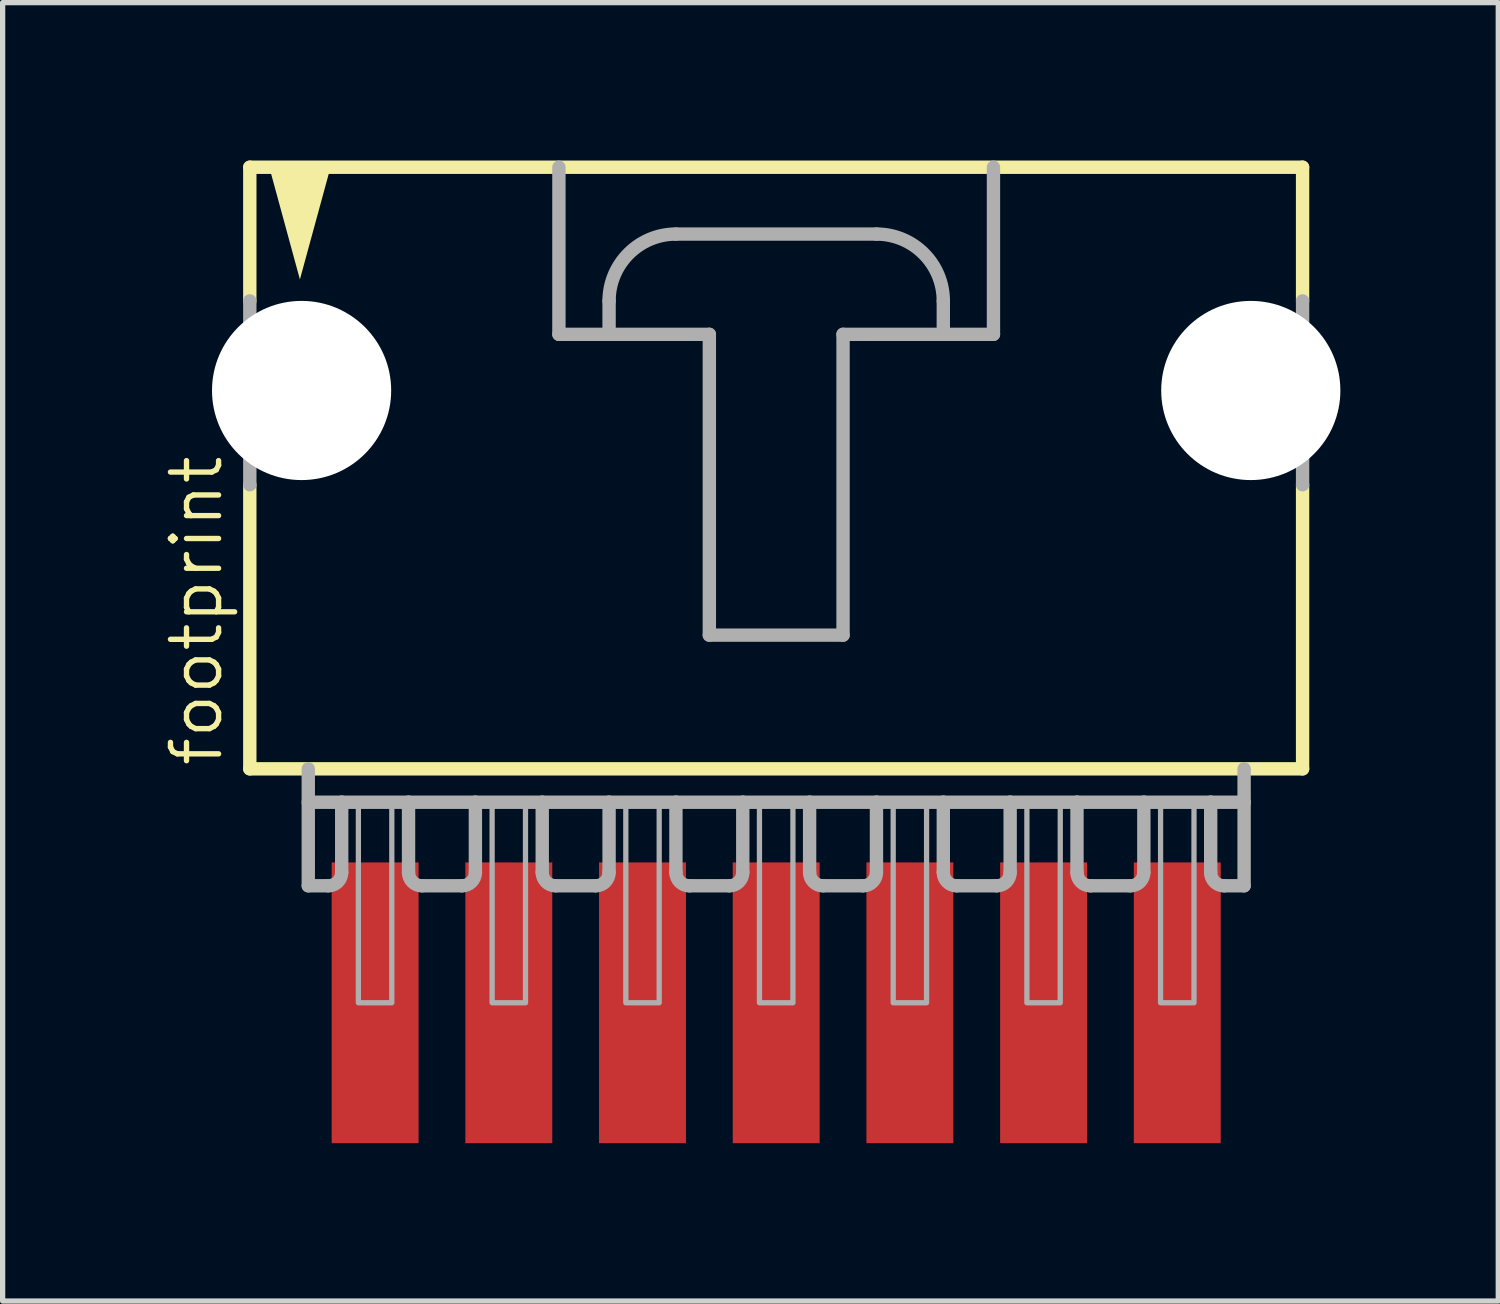
<source format=kicad_pcb>
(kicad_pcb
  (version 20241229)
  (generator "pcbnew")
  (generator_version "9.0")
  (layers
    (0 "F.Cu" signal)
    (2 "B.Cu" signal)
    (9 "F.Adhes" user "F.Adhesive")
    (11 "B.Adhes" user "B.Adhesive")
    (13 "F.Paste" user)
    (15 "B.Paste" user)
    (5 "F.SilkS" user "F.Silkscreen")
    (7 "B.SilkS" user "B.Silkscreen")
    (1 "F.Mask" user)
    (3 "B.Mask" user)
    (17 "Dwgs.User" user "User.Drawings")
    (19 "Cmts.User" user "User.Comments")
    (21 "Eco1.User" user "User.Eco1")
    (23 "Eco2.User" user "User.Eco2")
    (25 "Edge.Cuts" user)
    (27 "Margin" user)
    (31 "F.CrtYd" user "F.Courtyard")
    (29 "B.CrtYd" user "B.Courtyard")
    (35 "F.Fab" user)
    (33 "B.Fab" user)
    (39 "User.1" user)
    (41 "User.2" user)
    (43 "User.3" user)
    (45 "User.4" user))
  (footprint "footprint"
    (layer "F.Cu")
    (at 11.697 5.207)
    (property "Reference" "footprint" (at -10.477 6.35 90) (layer "F.SilkS") (effects (font (size 0.914 0.914) (thickness 0.102)) (justify left bottom)))
    (fp_line (start -10.001 -5.08) (end -10.001 -2.54) (stroke (width 0.254) (type solid)) (layer "F.SilkS"))
    (fp_line (start -10.001 0.953) (end -10.001 6.35) (stroke (width 0.254) (type solid)) (layer "F.SilkS"))
    (fp_line (start -10.001 6.35) (end 10.001 6.35) (stroke (width 0.254) (type solid)) (layer "F.SilkS"))
    (fp_line (start 10.001 -5.08) (end -10.001 -5.08) (stroke (width 0.254) (type solid)) (layer "F.SilkS"))
    (fp_line (start 10.001 -2.54) (end 10.001 -5.08) (stroke (width 0.254) (type solid)) (layer "F.SilkS"))
    (fp_line (start 10.001 6.35) (end 10.001 0.953) (stroke (width 0.254) (type solid)) (layer "F.SilkS"))
    (fp_poly (pts (xy -9.049 -2.948) (xy -9.658 -5.182) (xy -8.439 -5.182)) (stroke (width 0) (type solid)) (fill yes) (layer "F.SilkS"))
    (fp_line (start -10.001 -2.54) (end -10.001 0.953) (stroke (width 0.254) (type solid)) (layer "F.Fab"))
    (fp_line (start -8.89 6.35) (end -8.89 8.572) (stroke (width 0.254) (type solid)) (layer "F.Fab"))
    (fp_line (start -8.89 6.985) (end -8.255 6.985) (stroke (width 0.254) (type solid)) (layer "F.Fab"))
    (fp_line (start -8.509 8.572) (end -8.89 8.572) (stroke (width 0.254) (type solid)) (layer "F.Fab"))
    (fp_line (start -8.255 6.985) (end -8.255 8.319) (stroke (width 0.254) (type solid)) (layer "F.Fab"))
    (fp_line (start -8.255 6.985) (end -6.985 6.985) (stroke (width 0.254) (type solid)) (layer "F.Fab"))
    (fp_line (start -6.985 6.985) (end -6.985 8.319) (stroke (width 0.254) (type solid)) (layer "F.Fab"))
    (fp_line (start -6.985 6.985) (end -5.715 6.985) (stroke (width 0.254) (type solid)) (layer "F.Fab"))
    (fp_line (start -5.969 8.572) (end -6.731 8.572) (stroke (width 0.254) (type solid)) (layer "F.Fab"))
    (fp_line (start -5.715 6.985) (end -5.715 8.319) (stroke (width 0.254) (type solid)) (layer "F.Fab"))
    (fp_line (start -5.715 6.985) (end -4.445 6.985) (stroke (width 0.254) (type solid)) (layer "F.Fab"))
    (fp_line (start -4.445 6.985) (end -4.445 8.319) (stroke (width 0.254) (type solid)) (layer "F.Fab"))
    (fp_line (start -4.445 6.985) (end -3.175 6.985) (stroke (width 0.254) (type solid)) (layer "F.Fab"))
    (fp_line (start -4.128 -5.08) (end -4.128 -1.905) (stroke (width 0.254) (type solid)) (layer "F.Fab"))
    (fp_line (start -4.128 -1.905) (end -3.175 -1.905) (stroke (width 0.254) (type solid)) (layer "F.Fab"))
    (fp_line (start -3.429 8.572) (end -4.191 8.572) (stroke (width 0.254) (type solid)) (layer "F.Fab"))
    (fp_line (start -3.175 -1.905) (end -3.175 -2.54) (stroke (width 0.254) (type solid)) (layer "F.Fab"))
    (fp_line (start -3.175 -1.905) (end -1.27 -1.905) (stroke (width 0.254) (type solid)) (layer "F.Fab"))
    (fp_line (start -3.175 6.985) (end -3.175 8.319) (stroke (width 0.254) (type solid)) (layer "F.Fab"))
    (fp_line (start -3.175 6.985) (end -1.905 6.985) (stroke (width 0.254) (type solid)) (layer "F.Fab"))
    (fp_line (start -1.905 -3.81) (end 1.905 -3.81) (stroke (width 0.254) (type solid)) (layer "F.Fab"))
    (fp_line (start -1.905 6.985) (end -1.905 8.319) (stroke (width 0.254) (type solid)) (layer "F.Fab"))
    (fp_line (start -1.905 6.985) (end -0.635 6.985) (stroke (width 0.254) (type solid)) (layer "F.Fab"))
    (fp_line (start -1.27 -1.905) (end -1.27 3.81) (stroke (width 0.254) (type solid)) (layer "F.Fab"))
    (fp_line (start -1.27 3.81) (end 1.27 3.81) (stroke (width 0.254) (type solid)) (layer "F.Fab"))
    (fp_line (start -0.889 8.572) (end -1.651 8.572) (stroke (width 0.254) (type solid)) (layer "F.Fab"))
    (fp_line (start -0.635 6.985) (end -0.635 8.319) (stroke (width 0.254) (type solid)) (layer "F.Fab"))
    (fp_line (start -0.635 6.985) (end 0.635 6.985) (stroke (width 0.254) (type solid)) (layer "F.Fab"))
    (fp_line (start 0.635 6.985) (end 0.635 8.319) (stroke (width 0.254) (type solid)) (layer "F.Fab"))
    (fp_line (start 0.635 6.985) (end 1.905 6.985) (stroke (width 0.254) (type solid)) (layer "F.Fab"))
    (fp_line (start 1.27 -1.905) (end 3.175 -1.905) (stroke (width 0.254) (type solid)) (layer "F.Fab"))
    (fp_line (start 1.27 3.81) (end 1.27 -1.905) (stroke (width 0.254) (type solid)) (layer "F.Fab"))
    (fp_line (start 1.651 8.572) (end 0.889 8.572) (stroke (width 0.254) (type solid)) (layer "F.Fab"))
    (fp_line (start 1.905 6.985) (end 1.905 8.319) (stroke (width 0.254) (type solid)) (layer "F.Fab"))
    (fp_line (start 1.905 6.985) (end 3.175 6.985) (stroke (width 0.254) (type solid)) (layer "F.Fab"))
    (fp_line (start 3.175 -2.54) (end 3.175 -1.905) (stroke (width 0.254) (type solid)) (layer "F.Fab"))
    (fp_line (start 3.175 -1.905) (end 4.128 -1.905) (stroke (width 0.254) (type solid)) (layer "F.Fab"))
    (fp_line (start 3.175 6.985) (end 3.175 8.319) (stroke (width 0.254) (type solid)) (layer "F.Fab"))
    (fp_line (start 3.175 6.985) (end 4.445 6.985) (stroke (width 0.254) (type solid)) (layer "F.Fab"))
    (fp_line (start 4.128 -1.905) (end 4.128 -5.08) (stroke (width 0.254) (type solid)) (layer "F.Fab"))
    (fp_line (start 4.191 8.572) (end 3.429 8.572) (stroke (width 0.254) (type solid)) (layer "F.Fab"))
    (fp_line (start 4.445 6.985) (end 4.445 8.319) (stroke (width 0.254) (type solid)) (layer "F.Fab"))
    (fp_line (start 4.445 6.985) (end 5.715 6.985) (stroke (width 0.254) (type solid)) (layer "F.Fab"))
    (fp_line (start 5.715 6.985) (end 5.715 8.319) (stroke (width 0.254) (type solid)) (layer "F.Fab"))
    (fp_line (start 5.715 6.985) (end 6.985 6.985) (stroke (width 0.254) (type solid)) (layer "F.Fab"))
    (fp_line (start 6.731 8.572) (end 5.969 8.572) (stroke (width 0.254) (type solid)) (layer "F.Fab"))
    (fp_line (start 6.985 6.985) (end 6.985 8.319) (stroke (width 0.254) (type solid)) (layer "F.Fab"))
    (fp_line (start 6.985 6.985) (end 8.255 6.985) (stroke (width 0.254) (type solid)) (layer "F.Fab"))
    (fp_line (start 8.255 6.985) (end 8.255 8.319) (stroke (width 0.254) (type solid)) (layer "F.Fab"))
    (fp_line (start 8.255 6.985) (end 8.89 6.985) (stroke (width 0.254) (type solid)) (layer "F.Fab"))
    (fp_line (start 8.509 8.572) (end 8.89 8.572) (stroke (width 0.254) (type solid)) (layer "F.Fab"))
    (fp_line (start 8.89 6.985) (end 8.89 6.35) (stroke (width 0.254) (type solid)) (layer "F.Fab"))
    (fp_line (start 8.89 8.572) (end 8.89 6.985) (stroke (width 0.254) (type solid)) (layer "F.Fab"))
    (fp_line (start 10.001 -2.54) (end 10.001 0.953) (stroke (width 0.254) (type solid)) (layer "F.Fab"))
    (fp_arc (start -8.255 8.3185) (mid -8.329395 8.498105) (end -8.509 8.5725) (stroke (width 0.254) (type solid)) (layer "F.Fab"))
    (fp_arc (start -6.731 8.5725) (mid -6.910605 8.498105) (end -6.985 8.3185) (stroke (width 0.254) (type solid)) (layer "F.Fab"))
    (fp_arc (start -5.715 8.3185) (mid -5.789395 8.498105) (end -5.969 8.5725) (stroke (width 0.254) (type solid)) (layer "F.Fab"))
    (fp_arc (start -4.191 8.5725) (mid -4.370605 8.498105) (end -4.445 8.3185) (stroke (width 0.254) (type solid)) (layer "F.Fab"))
    (fp_arc (start -3.175 -2.54) (mid -2.803026 -3.438026) (end -1.905 -3.81) (stroke (width 0.254) (type solid)) (layer "F.Fab"))
    (fp_arc (start -3.175 8.3185) (mid -3.249395 8.498105) (end -3.429 8.5725) (stroke (width 0.254) (type solid)) (layer "F.Fab"))
    (fp_arc (start -1.651 8.5725) (mid -1.830605 8.498105) (end -1.905 8.3185) (stroke (width 0.254) (type solid)) (layer "F.Fab"))
    (fp_arc (start -0.635 8.3185) (mid -0.709395 8.498105) (end -0.889 8.5725) (stroke (width 0.254) (type solid)) (layer "F.Fab"))
    (fp_arc (start 0.888999 8.572499) (mid 0.709336 8.498163) (end 0.635 8.3185) (stroke (width 0.254) (type solid)) (layer "F.Fab"))
    (fp_arc (start 1.905 -3.81) (mid 2.803026 -3.438026) (end 3.175 -2.54) (stroke (width 0.254) (type solid)) (layer "F.Fab"))
    (fp_arc (start 1.905 8.3185) (mid 1.830605 8.498105) (end 1.651 8.5725) (stroke (width 0.254) (type solid)) (layer "F.Fab"))
    (fp_arc (start 3.429 8.5725) (mid 3.249395 8.498105) (end 3.175 8.3185) (stroke (width 0.254) (type solid)) (layer "F.Fab"))
    (fp_arc (start 4.445 8.3185) (mid 4.370605 8.498105) (end 4.191 8.5725) (stroke (width 0.254) (type solid)) (layer "F.Fab"))
    (fp_arc (start 5.969 8.5725) (mid 5.789395 8.498105) (end 5.715 8.3185) (stroke (width 0.254) (type solid)) (layer "F.Fab"))
    (fp_arc (start 6.985 8.3185) (mid 6.910605 8.498105) (end 6.731 8.5725) (stroke (width 0.254) (type solid)) (layer "F.Fab"))
    (fp_arc (start 8.509 8.5725) (mid 8.329395 8.498105) (end 8.255 8.3185) (stroke (width 0.254) (type solid)) (layer "F.Fab"))
    (fp_poly (pts (xy -7.938 10.795) (xy -7.303 10.795) (xy -7.303 6.985) (xy -7.938 6.985)) (stroke (width 0.1) (type solid)) (fill no) (layer "F.Fab"))
    (fp_poly (pts (xy -5.397 10.795) (xy -4.763 10.795) (xy -4.763 6.985) (xy -5.397 6.985)) (stroke (width 0.1) (type solid)) (fill no) (layer "F.Fab"))
    (fp_poly (pts (xy -2.857 10.795) (xy -2.223 10.795) (xy -2.223 6.985) (xy -2.857 6.985)) (stroke (width 0.1) (type solid)) (fill no) (layer "F.Fab"))
    (fp_poly (pts (xy -0.318 10.795) (xy 0.318 10.795) (xy 0.318 6.985) (xy -0.318 6.985)) (stroke (width 0.1) (type solid)) (fill no) (layer "F.Fab"))
    (fp_poly (pts (xy 2.223 10.795) (xy 2.857 10.795) (xy 2.857 6.985) (xy 2.223 6.985)) (stroke (width 0.1) (type solid)) (fill no) (layer "F.Fab"))
    (fp_poly (pts (xy 4.763 10.795) (xy 5.397 10.795) (xy 5.397 6.985) (xy 4.763 6.985)) (stroke (width 0.1) (type solid)) (fill no) (layer "F.Fab"))
    (fp_poly (pts (xy 7.303 10.795) (xy 7.938 10.795) (xy 7.938 6.985) (xy 7.303 6.985)) (stroke (width 0.1) (type solid)) (fill no) (layer "F.Fab"))
    (pad "" np_thru_hole circle (at -9.017 -0.838) (size 3.404 3.404) (drill 3.404) (layers "*.Cu" "*.Mask"))
    (pad "" np_thru_hole circle (at 9.017 -0.838) (size 3.404 3.404) (drill 3.404) (layers "*.Cu" "*.Mask"))
    (pad "1" smd rect (at -7.62 10.795 90) (size 5.334 1.651) (layers "F.Cu" "F.Mask" "F.Paste"))
    (pad "2" smd rect (at -5.08 10.795 90) (size 5.334 1.651) (layers "F.Cu" "F.Mask" "F.Paste"))
    (pad "3" smd rect (at -2.54 10.795 90) (size 5.334 1.651) (layers "F.Cu" "F.Mask" "F.Paste"))
    (pad "4" smd rect (at 0 10.795 90) (size 5.334 1.651) (layers "F.Cu" "F.Mask" "F.Paste"))
    (pad "5" smd rect (at 2.54 10.795 90) (size 5.334 1.651) (layers "F.Cu" "F.Mask" "F.Paste"))
    (pad "6" smd rect (at 5.08 10.795 90) (size 5.334 1.651) (layers "F.Cu" "F.Mask" "F.Paste"))
    (pad "7" smd rect (at 7.62 10.795 90) (size 5.334 1.651) (layers "F.Cu" "F.Mask" "F.Paste")))
  (gr_rect
    (start -3 -3)
    (end 25.416 21.669)
    (stroke (width 0.1) (type default))
    (fill no)
    (layer "Edge.Cuts")))
</source>
